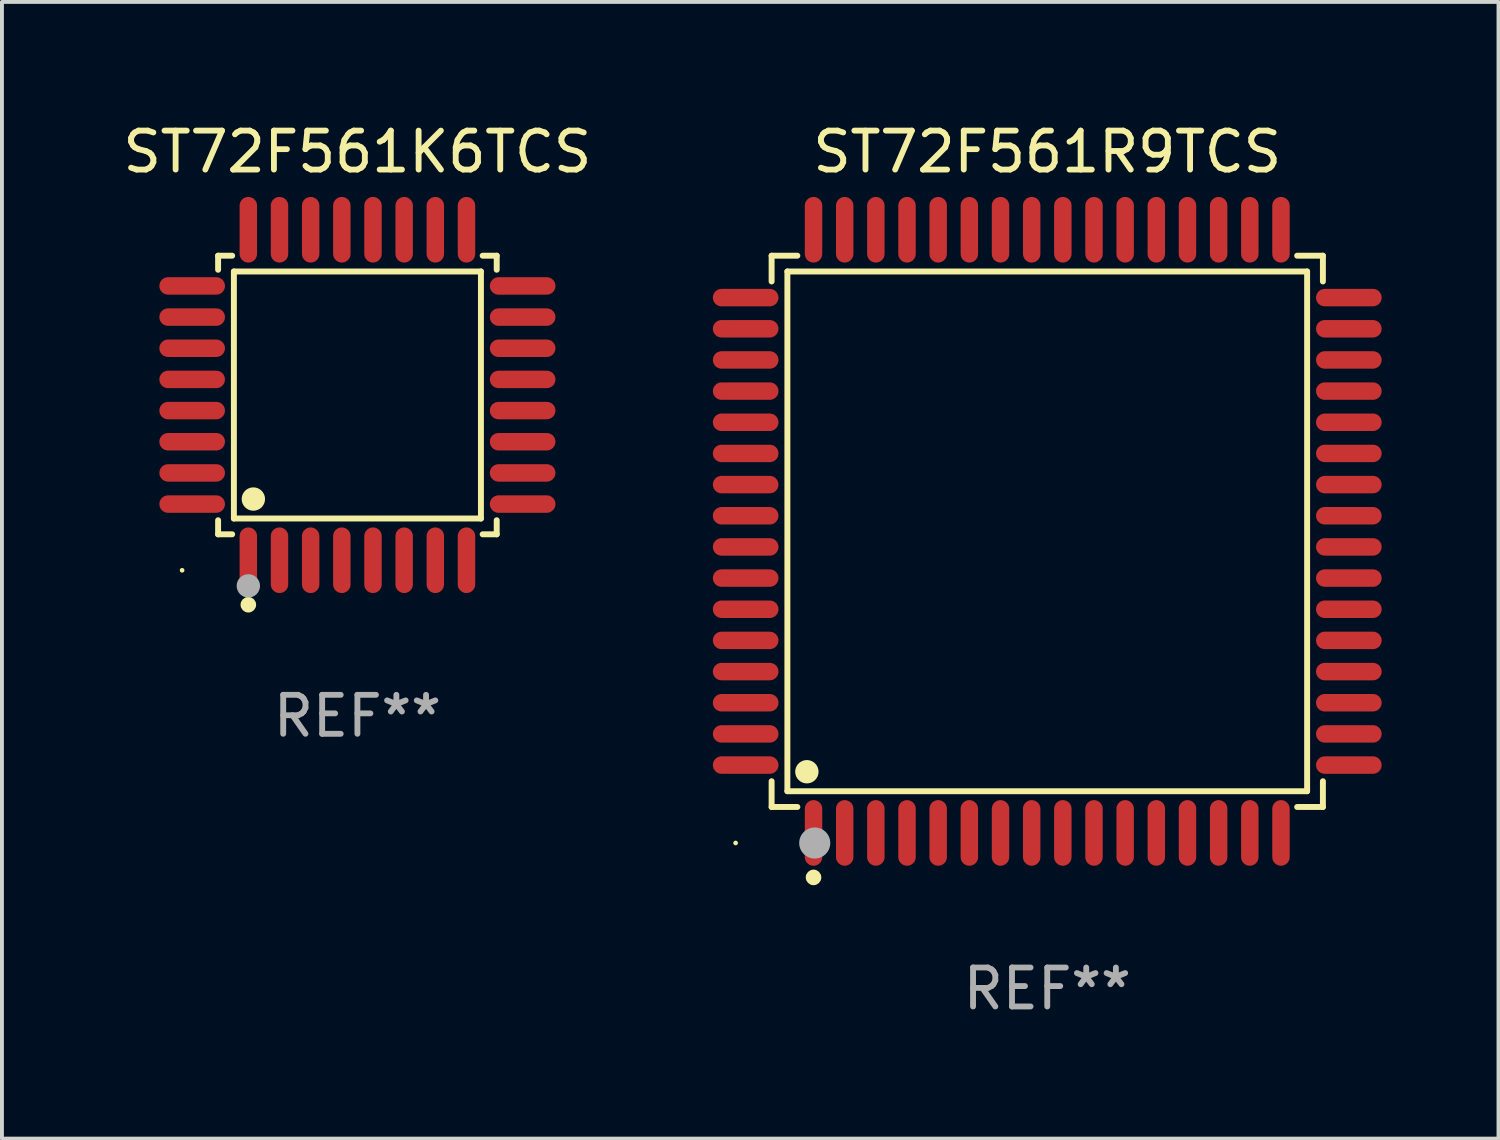
<source format=kicad_pcb>
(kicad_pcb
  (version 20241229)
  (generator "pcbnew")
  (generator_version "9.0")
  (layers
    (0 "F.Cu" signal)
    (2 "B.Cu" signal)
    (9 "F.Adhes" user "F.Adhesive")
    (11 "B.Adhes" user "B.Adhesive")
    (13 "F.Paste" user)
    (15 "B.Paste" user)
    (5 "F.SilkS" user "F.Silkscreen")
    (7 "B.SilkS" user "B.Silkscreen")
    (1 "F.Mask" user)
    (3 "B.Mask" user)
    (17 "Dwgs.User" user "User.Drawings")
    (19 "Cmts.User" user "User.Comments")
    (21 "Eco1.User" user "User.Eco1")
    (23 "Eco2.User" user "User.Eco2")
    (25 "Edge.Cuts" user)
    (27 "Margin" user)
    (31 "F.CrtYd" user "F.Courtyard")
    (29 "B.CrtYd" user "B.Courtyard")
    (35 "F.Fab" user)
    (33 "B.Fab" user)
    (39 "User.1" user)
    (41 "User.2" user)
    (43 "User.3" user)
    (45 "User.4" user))
  (footprint "ST72F561R9TCS"
    (layer "F.Cu")
    (at 23.834 10.59)
    (property "Reference" "ST72F561R9TCS" (at 0 -9.742 0) (layer "F.SilkS") (effects (font (size 1 1) (thickness 0.15))))
    (attr through_hole)
    (fp_line (start -7.076 -7.076) (end -6.415 -7.076) (stroke (width 0.152) (type solid)) (layer "F.SilkS"))
    (fp_line (start -7.076 -6.415) (end -7.076 -7.076) (stroke (width 0.152) (type solid)) (layer "F.SilkS"))
    (fp_line (start -7.076 6.415) (end -7.076 7.076) (stroke (width 0.152) (type solid)) (layer "F.SilkS"))
    (fp_line (start -7.076 7.076) (end -6.415 7.076) (stroke (width 0.152) (type solid)) (layer "F.SilkS"))
    (fp_line (start -6.671 -6.671) (end 6.671 -6.671) (stroke (width 0.152) (type solid)) (layer "F.SilkS"))
    (fp_line (start -6.671 6.671) (end -6.671 -6.671) (stroke (width 0.152) (type solid)) (layer "F.SilkS"))
    (fp_line (start 6.671 -6.671) (end 6.671 6.671) (stroke (width 0.152) (type solid)) (layer "F.SilkS"))
    (fp_line (start 6.671 6.671) (end -6.671 6.671) (stroke (width 0.152) (type solid)) (layer "F.SilkS"))
    (fp_line (start 7.076 -7.076) (end 6.415 -7.076) (stroke (width 0.152) (type solid)) (layer "F.SilkS"))
    (fp_line (start 7.076 -6.415) (end 7.076 -7.076) (stroke (width 0.152) (type solid)) (layer "F.SilkS"))
    (fp_line (start 7.076 6.415) (end 7.076 7.076) (stroke (width 0.152) (type solid)) (layer "F.SilkS"))
    (fp_line (start 7.076 7.076) (end 6.415 7.076) (stroke (width 0.152) (type solid)) (layer "F.SilkS"))
    (fp_circle (center -8 8) (end -7.97 8) (stroke (width 0.06) (type solid)) (fill no) (layer "F.SilkS"))
    (fp_circle (center -6.171 6.171) (end -6.021 6.171) (stroke (width 0.3) (type solid)) (fill no) (layer "F.SilkS"))
    (fp_circle (center -6 8.884) (end -5.9 8.884) (stroke (width 0.2) (type solid)) (fill no) (layer "F.SilkS"))
    (fp_circle (center -5.969 8.001) (end -5.769 8.001) (stroke (width 0.4) (type solid)) (fill no) (layer "F.Fab"))
    (fp_text user "REF**" (at 0 11.742 0) (layer "F.Fab") (effects (font (size 1 1) (thickness 0.15))))
    (pad "1" smd oval (at -6 7.742) (size 0.448 1.684) (layers "F.Cu" "F.Mask" "F.Paste"))
    (pad "2" smd oval (at -5.2 7.742) (size 0.448 1.684) (layers "F.Cu" "F.Mask" "F.Paste"))
    (pad "3" smd oval (at -4.4 7.742) (size 0.448 1.684) (layers "F.Cu" "F.Mask" "F.Paste"))
    (pad "4" smd oval (at -3.6 7.742) (size 0.448 1.684) (layers "F.Cu" "F.Mask" "F.Paste"))
    (pad "5" smd oval (at -2.8 7.742) (size 0.448 1.684) (layers "F.Cu" "F.Mask" "F.Paste"))
    (pad "6" smd oval (at -2 7.742) (size 0.448 1.684) (layers "F.Cu" "F.Mask" "F.Paste"))
    (pad "7" smd oval (at -1.2 7.742) (size 0.448 1.684) (layers "F.Cu" "F.Mask" "F.Paste"))
    (pad "8" smd oval (at -0.4 7.742) (size 0.448 1.684) (layers "F.Cu" "F.Mask" "F.Paste"))
    (pad "9" smd oval (at 0.4 7.742) (size 0.448 1.684) (layers "F.Cu" "F.Mask" "F.Paste"))
    (pad "10" smd oval (at 1.2 7.742) (size 0.448 1.684) (layers "F.Cu" "F.Mask" "F.Paste"))
    (pad "11" smd oval (at 2 7.742) (size 0.448 1.684) (layers "F.Cu" "F.Mask" "F.Paste"))
    (pad "12" smd oval (at 2.8 7.742) (size 0.448 1.684) (layers "F.Cu" "F.Mask" "F.Paste"))
    (pad "13" smd oval (at 3.6 7.742) (size 0.448 1.684) (layers "F.Cu" "F.Mask" "F.Paste"))
    (pad "14" smd oval (at 4.4 7.742) (size 0.448 1.684) (layers "F.Cu" "F.Mask" "F.Paste"))
    (pad "15" smd oval (at 5.2 7.742) (size 0.448 1.684) (layers "F.Cu" "F.Mask" "F.Paste"))
    (pad "16" smd oval (at 6 7.742) (size 0.448 1.684) (layers "F.Cu" "F.Mask" "F.Paste"))
    (pad "17" smd oval (at 7.742 6) (size 1.684 0.448) (layers "F.Cu" "F.Mask" "F.Paste"))
    (pad "18" smd oval (at 7.742 5.2) (size 1.684 0.448) (layers "F.Cu" "F.Mask" "F.Paste"))
    (pad "19" smd oval (at 7.742 4.4) (size 1.684 0.448) (layers "F.Cu" "F.Mask" "F.Paste"))
    (pad "20" smd oval (at 7.742 3.6) (size 1.684 0.448) (layers "F.Cu" "F.Mask" "F.Paste"))
    (pad "21" smd oval (at 7.742 2.8) (size 1.684 0.448) (layers "F.Cu" "F.Mask" "F.Paste"))
    (pad "22" smd oval (at 7.742 2) (size 1.684 0.448) (layers "F.Cu" "F.Mask" "F.Paste"))
    (pad "23" smd oval (at 7.742 1.2) (size 1.684 0.448) (layers "F.Cu" "F.Mask" "F.Paste"))
    (pad "24" smd oval (at 7.742 0.4) (size 1.684 0.448) (layers "F.Cu" "F.Mask" "F.Paste"))
    (pad "25" smd oval (at 7.742 -0.4) (size 1.684 0.448) (layers "F.Cu" "F.Mask" "F.Paste"))
    (pad "26" smd oval (at 7.742 -1.2) (size 1.684 0.448) (layers "F.Cu" "F.Mask" "F.Paste"))
    (pad "27" smd oval (at 7.742 -2) (size 1.684 0.448) (layers "F.Cu" "F.Mask" "F.Paste"))
    (pad "28" smd oval (at 7.742 -2.8) (size 1.684 0.448) (layers "F.Cu" "F.Mask" "F.Paste"))
    (pad "29" smd oval (at 7.742 -3.6) (size 1.684 0.448) (layers "F.Cu" "F.Mask" "F.Paste"))
    (pad "30" smd oval (at 7.742 -4.4) (size 1.684 0.448) (layers "F.Cu" "F.Mask" "F.Paste"))
    (pad "31" smd oval (at 7.742 -5.2) (size 1.684 0.448) (layers "F.Cu" "F.Mask" "F.Paste"))
    (pad "32" smd oval (at 7.742 -6) (size 1.684 0.448) (layers "F.Cu" "F.Mask" "F.Paste"))
    (pad "33" smd oval (at 6 -7.742) (size 0.448 1.684) (layers "F.Cu" "F.Mask" "F.Paste"))
    (pad "34" smd oval (at 5.2 -7.742) (size 0.448 1.684) (layers "F.Cu" "F.Mask" "F.Paste"))
    (pad "35" smd oval (at 4.4 -7.742) (size 0.448 1.684) (layers "F.Cu" "F.Mask" "F.Paste"))
    (pad "36" smd oval (at 3.6 -7.742) (size 0.448 1.684) (layers "F.Cu" "F.Mask" "F.Paste"))
    (pad "37" smd oval (at 2.8 -7.742) (size 0.448 1.684) (layers "F.Cu" "F.Mask" "F.Paste"))
    (pad "38" smd oval (at 2 -7.742) (size 0.448 1.684) (layers "F.Cu" "F.Mask" "F.Paste"))
    (pad "39" smd oval (at 1.2 -7.742) (size 0.448 1.684) (layers "F.Cu" "F.Mask" "F.Paste"))
    (pad "40" smd oval (at 0.4 -7.742) (size 0.448 1.684) (layers "F.Cu" "F.Mask" "F.Paste"))
    (pad "41" smd oval (at -0.4 -7.742) (size 0.448 1.684) (layers "F.Cu" "F.Mask" "F.Paste"))
    (pad "42" smd oval (at -1.2 -7.742) (size 0.448 1.684) (layers "F.Cu" "F.Mask" "F.Paste"))
    (pad "43" smd oval (at -2 -7.742) (size 0.448 1.684) (layers "F.Cu" "F.Mask" "F.Paste"))
    (pad "44" smd oval (at -2.8 -7.742) (size 0.448 1.684) (layers "F.Cu" "F.Mask" "F.Paste"))
    (pad "45" smd oval (at -3.6 -7.742) (size 0.448 1.684) (layers "F.Cu" "F.Mask" "F.Paste"))
    (pad "46" smd oval (at -4.4 -7.742) (size 0.448 1.684) (layers "F.Cu" "F.Mask" "F.Paste"))
    (pad "47" smd oval (at -5.2 -7.742) (size 0.448 1.684) (layers "F.Cu" "F.Mask" "F.Paste"))
    (pad "48" smd oval (at -6 -7.742) (size 0.448 1.684) (layers "F.Cu" "F.Mask" "F.Paste"))
    (pad "49" smd oval (at -7.742 -6) (size 1.684 0.448) (layers "F.Cu" "F.Mask" "F.Paste"))
    (pad "50" smd oval (at -7.742 -5.2) (size 1.684 0.448) (layers "F.Cu" "F.Mask" "F.Paste"))
    (pad "51" smd oval (at -7.742 -4.4) (size 1.684 0.448) (layers "F.Cu" "F.Mask" "F.Paste"))
    (pad "52" smd oval (at -7.742 -3.6) (size 1.684 0.448) (layers "F.Cu" "F.Mask" "F.Paste"))
    (pad "53" smd oval (at -7.742 -2.8) (size 1.684 0.448) (layers "F.Cu" "F.Mask" "F.Paste"))
    (pad "54" smd oval (at -7.742 -2) (size 1.684 0.448) (layers "F.Cu" "F.Mask" "F.Paste"))
    (pad "55" smd oval (at -7.742 -1.2) (size 1.684 0.448) (layers "F.Cu" "F.Mask" "F.Paste"))
    (pad "56" smd oval (at -7.742 -0.4) (size 1.684 0.448) (layers "F.Cu" "F.Mask" "F.Paste"))
    (pad "57" smd oval (at -7.742 0.4) (size 1.684 0.448) (layers "F.Cu" "F.Mask" "F.Paste"))
    (pad "58" smd oval (at -7.742 1.2) (size 1.684 0.448) (layers "F.Cu" "F.Mask" "F.Paste"))
    (pad "59" smd oval (at -7.742 2) (size 1.684 0.448) (layers "F.Cu" "F.Mask" "F.Paste"))
    (pad "60" smd oval (at -7.742 2.8) (size 1.684 0.448) (layers "F.Cu" "F.Mask" "F.Paste"))
    (pad "61" smd oval (at -7.742 3.6) (size 1.684 0.448) (layers "F.Cu" "F.Mask" "F.Paste"))
    (pad "62" smd oval (at -7.742 4.4) (size 1.684 0.448) (layers "F.Cu" "F.Mask" "F.Paste"))
    (pad "63" smd oval (at -7.742 5.2) (size 1.684 0.448) (layers "F.Cu" "F.Mask" "F.Paste"))
    (pad "64" smd oval (at -7.742 6) (size 1.684 0.448) (layers "F.Cu" "F.Mask" "F.Paste")))
  (footprint "ST72F561K6TCS"
    (layer "F.Cu")
    (at 6.125 7.09)
    (property "Reference" "ST72F561K6TCS" (at 0 -6.242 0) (layer "F.SilkS") (effects (font (size 1 1) (thickness 0.15))))
    (attr through_hole)
    (fp_line (start -3.576 -3.576) (end -3.215 -3.576) (stroke (width 0.152) (type solid)) (layer "F.SilkS"))
    (fp_line (start -3.576 -3.215) (end -3.576 -3.576) (stroke (width 0.152) (type solid)) (layer "F.SilkS"))
    (fp_line (start -3.576 3.215) (end -3.576 3.576) (stroke (width 0.152) (type solid)) (layer "F.SilkS"))
    (fp_line (start -3.576 3.576) (end -3.215 3.576) (stroke (width 0.152) (type solid)) (layer "F.SilkS"))
    (fp_line (start -3.171 -3.171) (end 3.171 -3.171) (stroke (width 0.152) (type solid)) (layer "F.SilkS"))
    (fp_line (start -3.171 3.171) (end -3.171 -3.171) (stroke (width 0.152) (type solid)) (layer "F.SilkS"))
    (fp_line (start 3.171 -3.171) (end 3.171 3.171) (stroke (width 0.152) (type solid)) (layer "F.SilkS"))
    (fp_line (start 3.171 3.171) (end -3.171 3.171) (stroke (width 0.152) (type solid)) (layer "F.SilkS"))
    (fp_line (start 3.576 -3.576) (end 3.215 -3.576) (stroke (width 0.152) (type solid)) (layer "F.SilkS"))
    (fp_line (start 3.576 -3.215) (end 3.576 -3.576) (stroke (width 0.152) (type solid)) (layer "F.SilkS"))
    (fp_line (start 3.576 3.215) (end 3.576 3.576) (stroke (width 0.152) (type solid)) (layer "F.SilkS"))
    (fp_line (start 3.576 3.576) (end 3.215 3.576) (stroke (width 0.152) (type solid)) (layer "F.SilkS"))
    (fp_circle (center -4.5 4.5) (end -4.47 4.5) (stroke (width 0.06) (type solid)) (fill no) (layer "F.SilkS"))
    (fp_circle (center -2.8 5.384) (end -2.7 5.384) (stroke (width 0.2) (type solid)) (fill no) (layer "F.SilkS"))
    (fp_circle (center -2.671 2.671) (end -2.521 2.671) (stroke (width 0.3) (type solid)) (fill no) (layer "F.SilkS"))
    (fp_circle (center -2.8 4.9) (end -2.65 4.9) (stroke (width 0.3) (type solid)) (fill no) (layer "F.Fab"))
    (fp_text user "REF**" (at 0 8.242 0) (layer "F.Fab") (effects (font (size 1 1) (thickness 0.15))))
    (pad "1" smd oval (at -2.8 4.242) (size 0.448 1.684) (layers "F.Cu" "F.Mask" "F.Paste"))
    (pad "2" smd oval (at -2 4.242) (size 0.448 1.684) (layers "F.Cu" "F.Mask" "F.Paste"))
    (pad "3" smd oval (at -1.2 4.242) (size 0.448 1.684) (layers "F.Cu" "F.Mask" "F.Paste"))
    (pad "4" smd oval (at -0.4 4.242) (size 0.448 1.684) (layers "F.Cu" "F.Mask" "F.Paste"))
    (pad "5" smd oval (at 0.4 4.242) (size 0.448 1.684) (layers "F.Cu" "F.Mask" "F.Paste"))
    (pad "6" smd oval (at 1.2 4.242) (size 0.448 1.684) (layers "F.Cu" "F.Mask" "F.Paste"))
    (pad "7" smd oval (at 2 4.242) (size 0.448 1.684) (layers "F.Cu" "F.Mask" "F.Paste"))
    (pad "8" smd oval (at 2.8 4.242) (size 0.448 1.684) (layers "F.Cu" "F.Mask" "F.Paste"))
    (pad "9" smd oval (at 4.242 2.8) (size 1.684 0.448) (layers "F.Cu" "F.Mask" "F.Paste"))
    (pad "10" smd oval (at 4.242 2) (size 1.684 0.448) (layers "F.Cu" "F.Mask" "F.Paste"))
    (pad "11" smd oval (at 4.242 1.2) (size 1.684 0.448) (layers "F.Cu" "F.Mask" "F.Paste"))
    (pad "12" smd oval (at 4.242 0.4) (size 1.684 0.448) (layers "F.Cu" "F.Mask" "F.Paste"))
    (pad "13" smd oval (at 4.242 -0.4) (size 1.684 0.448) (layers "F.Cu" "F.Mask" "F.Paste"))
    (pad "14" smd oval (at 4.242 -1.2) (size 1.684 0.448) (layers "F.Cu" "F.Mask" "F.Paste"))
    (pad "15" smd oval (at 4.242 -2) (size 1.684 0.448) (layers "F.Cu" "F.Mask" "F.Paste"))
    (pad "16" smd oval (at 4.242 -2.8) (size 1.684 0.448) (layers "F.Cu" "F.Mask" "F.Paste"))
    (pad "17" smd oval (at 2.8 -4.242) (size 0.448 1.684) (layers "F.Cu" "F.Mask" "F.Paste"))
    (pad "18" smd oval (at 2 -4.242) (size 0.448 1.684) (layers "F.Cu" "F.Mask" "F.Paste"))
    (pad "19" smd oval (at 1.2 -4.242) (size 0.448 1.684) (layers "F.Cu" "F.Mask" "F.Paste"))
    (pad "20" smd oval (at 0.4 -4.242) (size 0.448 1.684) (layers "F.Cu" "F.Mask" "F.Paste"))
    (pad "21" smd oval (at -0.4 -4.242) (size 0.448 1.684) (layers "F.Cu" "F.Mask" "F.Paste"))
    (pad "22" smd oval (at -1.2 -4.242) (size 0.448 1.684) (layers "F.Cu" "F.Mask" "F.Paste"))
    (pad "23" smd oval (at -2 -4.242) (size 0.448 1.684) (layers "F.Cu" "F.Mask" "F.Paste"))
    (pad "24" smd oval (at -2.8 -4.242) (size 0.448 1.684) (layers "F.Cu" "F.Mask" "F.Paste"))
    (pad "25" smd oval (at -4.242 -2.8) (size 1.684 0.448) (layers "F.Cu" "F.Mask" "F.Paste"))
    (pad "26" smd oval (at -4.242 -2) (size 1.684 0.448) (layers "F.Cu" "F.Mask" "F.Paste"))
    (pad "27" smd oval (at -4.242 -1.2) (size 1.684 0.448) (layers "F.Cu" "F.Mask" "F.Paste"))
    (pad "28" smd oval (at -4.242 -0.4) (size 1.684 0.448) (layers "F.Cu" "F.Mask" "F.Paste"))
    (pad "29" smd oval (at -4.242 0.4) (size 1.684 0.448) (layers "F.Cu" "F.Mask" "F.Paste"))
    (pad "30" smd oval (at -4.242 1.2) (size 1.684 0.448) (layers "F.Cu" "F.Mask" "F.Paste"))
    (pad "31" smd oval (at -4.242 2) (size 1.684 0.448) (layers "F.Cu" "F.Mask" "F.Paste"))
    (pad "32" smd oval (at -4.242 2.8) (size 1.684 0.448) (layers "F.Cu" "F.Mask" "F.Paste")))
  (gr_rect
    (start -3 -3)
    (end 35.418 26.18)
    (stroke (width 0.1) (type default))
    (fill no)
    (layer "Edge.Cuts")))
</source>
